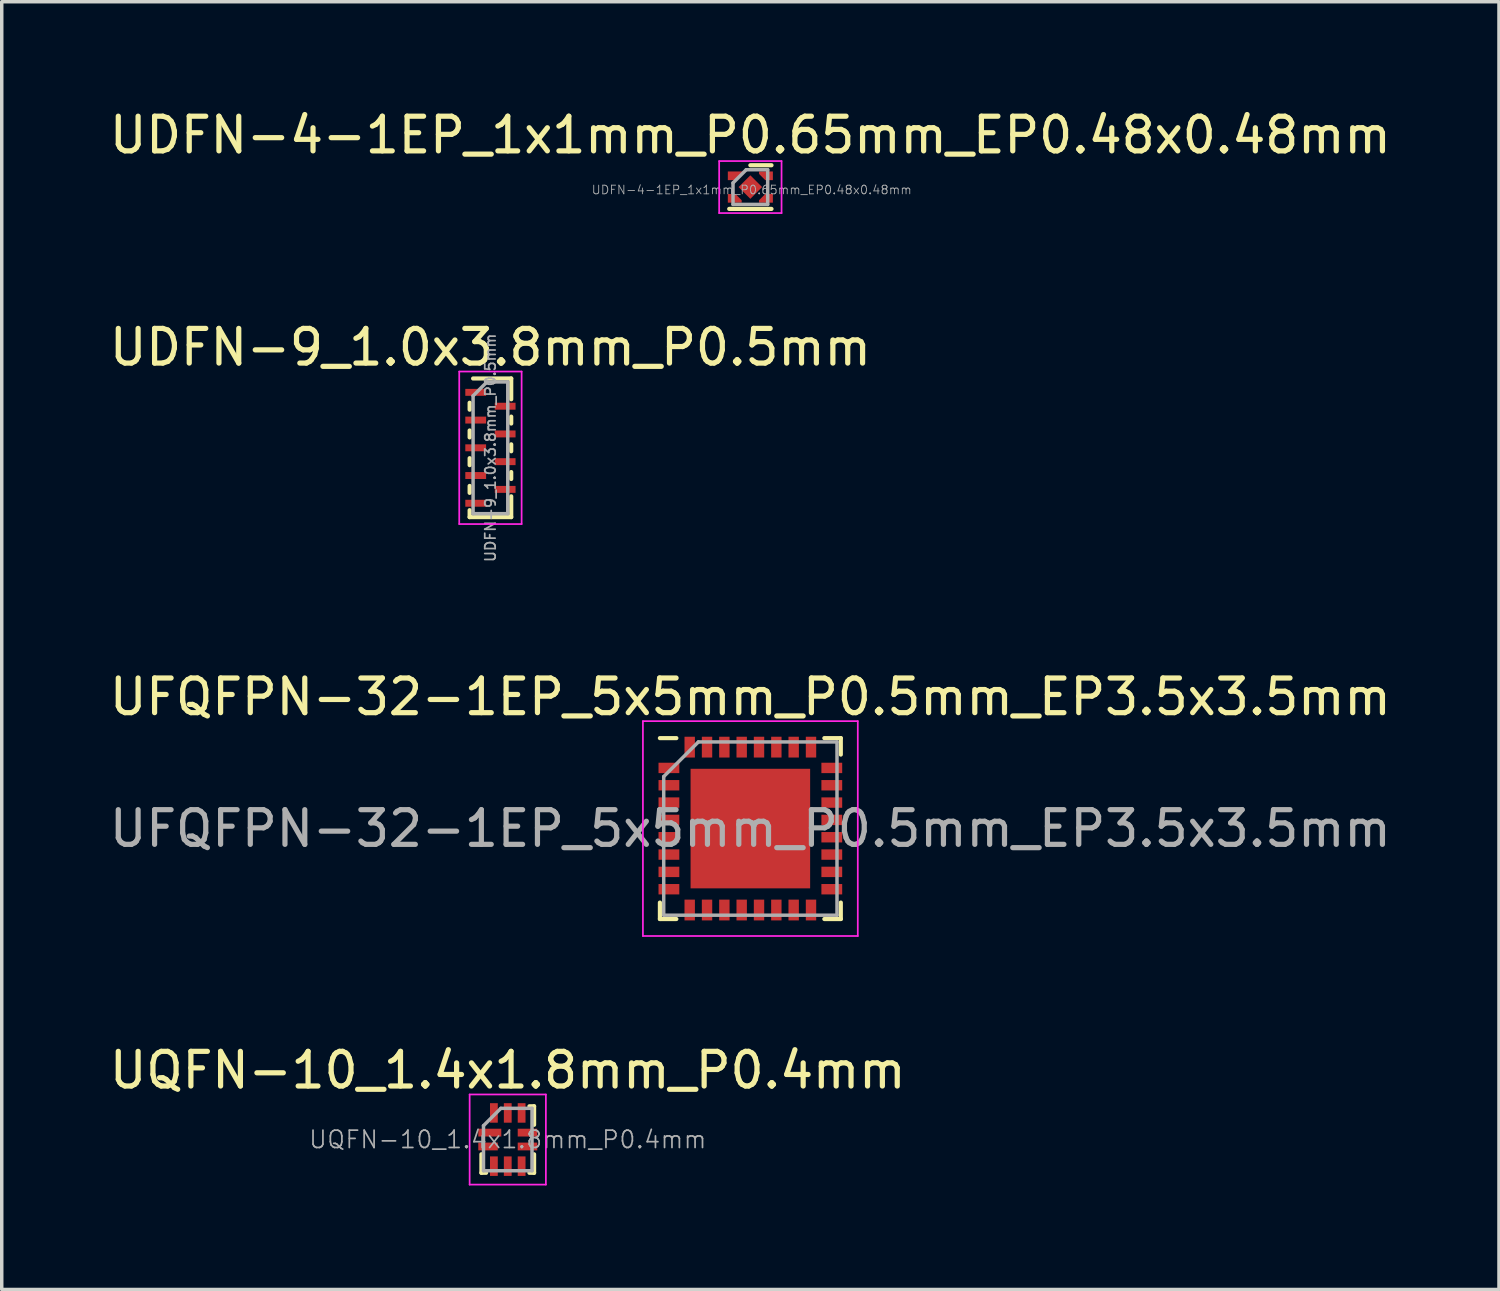
<source format=kicad_pcb>
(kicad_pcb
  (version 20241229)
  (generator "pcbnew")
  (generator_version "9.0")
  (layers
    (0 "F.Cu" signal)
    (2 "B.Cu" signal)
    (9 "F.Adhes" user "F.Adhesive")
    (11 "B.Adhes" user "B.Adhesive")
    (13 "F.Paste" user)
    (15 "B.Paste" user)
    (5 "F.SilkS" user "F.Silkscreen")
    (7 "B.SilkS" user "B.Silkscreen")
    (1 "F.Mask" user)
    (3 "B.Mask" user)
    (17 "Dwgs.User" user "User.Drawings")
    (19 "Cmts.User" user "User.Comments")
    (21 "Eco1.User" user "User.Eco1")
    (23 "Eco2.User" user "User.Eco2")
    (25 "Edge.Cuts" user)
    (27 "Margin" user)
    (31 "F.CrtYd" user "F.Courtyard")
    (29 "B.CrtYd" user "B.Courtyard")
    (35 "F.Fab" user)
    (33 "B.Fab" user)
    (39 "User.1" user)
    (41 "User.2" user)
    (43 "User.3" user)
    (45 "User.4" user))
  (footprint "UDFN-9_1.0x3.8mm_P0.5mm"
    (layer "F.Cu")
    (at 11.101 9.871)
    (property "Reference" "UDFN-9_1.0x3.8mm_P0.5mm" (at 0 -2.9 0) (layer "F.SilkS") (effects (font (size 1 1) (thickness 0.15))))
    (attr smd)
    (fp_line (start -0.6 -1.3) (end -0.6 -1.1) (stroke (width 0.12) (type solid)) (layer "F.SilkS"))
    (fp_line (start -0.6 -0.5) (end -0.6 -0.3) (stroke (width 0.12) (type solid)) (layer "F.SilkS"))
    (fp_line (start -0.6 0.3) (end -0.6 0.5) (stroke (width 0.12) (type solid)) (layer "F.SilkS"))
    (fp_line (start -0.6 1.1) (end -0.6 1.3) (stroke (width 0.12) (type solid)) (layer "F.SilkS"))
    (fp_line (start -0.6 2) (end -0.6 1.8) (stroke (width 0.12) (type solid)) (layer "F.SilkS"))
    (fp_line (start 0.6 -2) (end -0.5 -2) (stroke (width 0.12) (type solid)) (layer "F.SilkS"))
    (fp_line (start 0.6 -1.4) (end 0.6 -2) (stroke (width 0.12) (type solid)) (layer "F.SilkS"))
    (fp_line (start 0.6 -0.9) (end 0.6 -0.7) (stroke (width 0.12) (type solid)) (layer "F.SilkS"))
    (fp_line (start 0.6 -0.1) (end 0.6 0.1) (stroke (width 0.12) (type solid)) (layer "F.SilkS"))
    (fp_line (start 0.6 0.7) (end 0.6 0.9) (stroke (width 0.12) (type solid)) (layer "F.SilkS"))
    (fp_line (start 0.6 1.4) (end 0.6 2) (stroke (width 0.12) (type solid)) (layer "F.SilkS"))
    (fp_line (start 0.6 2) (end -0.6 2) (stroke (width 0.12) (type solid)) (layer "F.SilkS"))
    (fp_line (start -0.9 -2.2) (end -0.9 2.2) (stroke (width 0.05) (type solid)) (layer "F.CrtYd"))
    (fp_line (start -0.9 2.2) (end 0.9 2.2) (stroke (width 0.05) (type solid)) (layer "F.CrtYd"))
    (fp_line (start 0.9 -2.2) (end -0.9 -2.2) (stroke (width 0.05) (type solid)) (layer "F.CrtYd"))
    (fp_line (start 0.9 2.2) (end 0.9 -2.2) (stroke (width 0.05) (type solid)) (layer "F.CrtYd"))
    (fp_line (start -0.5 -1.5) (end -0.5 1.9) (stroke (width 0.1) (type solid)) (layer "F.Fab"))
    (fp_line (start -0.5 1.9) (end 0.5 1.9) (stroke (width 0.1) (type solid)) (layer "F.Fab"))
    (fp_line (start -0.1 -1.9) (end -0.5 -1.5) (stroke (width 0.1) (type solid)) (layer "F.Fab"))
    (fp_line (start 0.5 -1.9) (end -0.1 -1.9) (stroke (width 0.1) (type solid)) (layer "F.Fab"))
    (fp_line (start 0.5 1.9) (end 0.5 -1.9) (stroke (width 0.1) (type solid)) (layer "F.Fab"))
    (fp_text user "${REFERENCE}" (at 0 0 90) (layer "F.Fab") (effects (font (size 0.3 0.3) (thickness 0.05))))
    (pad "1" smd rect (at -0.425 -1.6) (size 0.6 0.2) (layers "F.Cu" "F.Mask" "F.Paste"))
    (pad "2" smd rect (at -0.425 -0.8) (size 0.6 0.2) (layers "F.Cu" "F.Mask" "F.Paste"))
    (pad "3" smd rect (at -0.425 0) (size 0.6 0.2) (layers "F.Cu" "F.Mask" "F.Paste"))
    (pad "4" smd rect (at -0.425 0.8) (size 0.6 0.2) (layers "F.Cu" "F.Mask" "F.Paste"))
    (pad "5" smd rect (at -0.425 1.6) (size 0.6 0.2) (layers "F.Cu" "F.Mask" "F.Paste"))
    (pad "6" smd rect (at 0.425 1.2) (size 0.6 0.2) (layers "F.Cu" "F.Mask" "F.Paste"))
    (pad "7" smd rect (at 0.425 0.4) (size 0.6 0.2) (layers "F.Cu" "F.Mask" "F.Paste"))
    (pad "8" smd rect (at 0.425 -0.4) (size 0.6 0.2) (layers "F.Cu" "F.Mask" "F.Paste"))
    (pad "9" smd rect (at 0.425 -1.2) (size 0.6 0.2) (layers "F.Cu" "F.Mask" "F.Paste")))
  (footprint "UQFN-10_1.4x1.8mm_P0.4mm"
    (layer "F.Cu")
    (at 11.601 29.831)
    (property "Reference" "UQFN-10_1.4x1.8mm_P0.4mm" (at 0 -2 0) (layer "F.SilkS") (effects (font (size 1 1) (thickness 0.15))))
    (attr smd)
    (fp_line (start -0.76 0.96) (end -0.76 0.425) (stroke (width 0.12) (type solid)) (layer "F.SilkS"))
    (fp_line (start -0.625 0.96) (end -0.76 0.96) (stroke (width 0.12) (type solid)) (layer "F.SilkS"))
    (fp_line (start 0.76 -0.96) (end 0.625 -0.96) (stroke (width 0.12) (type solid)) (layer "F.SilkS"))
    (fp_line (start 0.76 -0.425) (end 0.76 -0.96) (stroke (width 0.12) (type solid)) (layer "F.SilkS"))
    (fp_line (start 0.76 0.96) (end 0.625 0.96) (stroke (width 0.12) (type solid)) (layer "F.SilkS"))
    (fp_line (start 0.76 0.96) (end 0.76 0.425) (stroke (width 0.12) (type solid)) (layer "F.SilkS"))
    (fp_line (start -1.1 1.3) (end -1.1 -1.3) (stroke (width 0.05) (type solid)) (layer "F.CrtYd"))
    (fp_line (start -1.1 1.3) (end 1.1 1.3) (stroke (width 0.05) (type solid)) (layer "F.CrtYd"))
    (fp_line (start 1.1 -1.3) (end -1.1 -1.3) (stroke (width 0.05) (type solid)) (layer "F.CrtYd"))
    (fp_line (start 1.1 -1.3) (end 1.1 1.3) (stroke (width 0.05) (type solid)) (layer "F.CrtYd"))
    (fp_line (start -0.7 -0.4) (end -0.7 0.9) (stroke (width 0.1) (type solid)) (layer "F.Fab"))
    (fp_line (start -0.7 0.9) (end 0.7 0.9) (stroke (width 0.1) (type solid)) (layer "F.Fab"))
    (fp_line (start -0.2 -0.9) (end -0.7 -0.4) (stroke (width 0.1) (type solid)) (layer "F.Fab"))
    (fp_line (start -0.2 -0.9) (end 0.7 -0.9) (stroke (width 0.1) (type solid)) (layer "F.Fab"))
    (fp_line (start 0.7 -0.9) (end 0.7 0.9) (stroke (width 0.1) (type solid)) (layer "F.Fab"))
    (fp_text user "${REFERENCE}" (at 0 0 0) (layer "F.Fab") (effects (font (size 0.5 0.5) (thickness 0.05))))
    (pad "1" smd rect (at -0.518 -0.2) (size 0.663 0.225) (layers "F.Cu" "F.Mask" "F.Paste"))
    (pad "2" smd rect (at -0.4 -0.768) (size 0.225 0.563) (layers "F.Cu" "F.Mask" "F.Paste"))
    (pad "3" smd rect (at 0 -0.768) (size 0.225 0.563) (layers "F.Cu" "F.Mask" "F.Paste"))
    (pad "4" smd rect (at 0.4 -0.768) (size 0.225 0.563) (layers "F.Cu" "F.Mask" "F.Paste"))
    (pad "5" smd rect (at 0.569 -0.2) (size 0.563 0.225) (layers "F.Cu" "F.Mask" "F.Paste"))
    (pad "6" smd rect (at 0.569 0.2) (size 0.563 0.225) (layers "F.Cu" "F.Mask" "F.Paste"))
    (pad "7" smd rect (at 0.4 0.768) (size 0.225 0.563) (layers "F.Cu" "F.Mask" "F.Paste"))
    (pad "8" smd rect (at 0 0.768) (size 0.225 0.563) (layers "F.Cu" "F.Mask" "F.Paste"))
    (pad "9" smd rect (at -0.4 0.768) (size 0.225 0.563) (layers "F.Cu" "F.Mask" "F.Paste"))
    (pad "10" smd rect (at -0.569 0.2) (size 0.563 0.225) (layers "F.Cu" "F.Mask" "F.Paste")))
  (footprint "UFQFPN-32-1EP_5x5mm_P0.5mm_EP3.5x3.5mm"
    (layer "F.Cu")
    (at 18.601 20.858)
    (property "Reference" "UFQFPN-32-1EP_5x5mm_P0.5mm_EP3.5x3.5mm" (at 0 -3.8 0) (layer "F.SilkS") (effects (font (size 1 1) (thickness 0.15))))
    (attr smd)
    (fp_line (start -2.61 2.61) (end -2.61 2.135) (stroke (width 0.12) (type solid)) (layer "F.SilkS"))
    (fp_line (start -2.135 -2.61) (end -2.61 -2.61) (stroke (width 0.12) (type solid)) (layer "F.SilkS"))
    (fp_line (start -2.135 2.61) (end -2.61 2.61) (stroke (width 0.12) (type solid)) (layer "F.SilkS"))
    (fp_line (start 2.135 -2.61) (end 2.61 -2.61) (stroke (width 0.12) (type solid)) (layer "F.SilkS"))
    (fp_line (start 2.135 2.61) (end 2.61 2.61) (stroke (width 0.12) (type solid)) (layer "F.SilkS"))
    (fp_line (start 2.61 -2.61) (end 2.61 -2.135) (stroke (width 0.12) (type solid)) (layer "F.SilkS"))
    (fp_line (start 2.61 2.61) (end 2.61 2.135) (stroke (width 0.12) (type solid)) (layer "F.SilkS"))
    (fp_line (start -3.1 -3.1) (end -3.1 3.1) (stroke (width 0.05) (type solid)) (layer "F.CrtYd"))
    (fp_line (start -3.1 3.1) (end 3.1 3.1) (stroke (width 0.05) (type solid)) (layer "F.CrtYd"))
    (fp_line (start 3.1 -3.1) (end -3.1 -3.1) (stroke (width 0.05) (type solid)) (layer "F.CrtYd"))
    (fp_line (start 3.1 3.1) (end 3.1 -3.1) (stroke (width 0.05) (type solid)) (layer "F.CrtYd"))
    (fp_line (start -2.5 -1.5) (end -1.5 -2.5) (stroke (width 0.1) (type solid)) (layer "F.Fab"))
    (fp_line (start -2.5 2.5) (end -2.5 -1.5) (stroke (width 0.1) (type solid)) (layer "F.Fab"))
    (fp_line (start -1.5 -2.5) (end 2.5 -2.5) (stroke (width 0.1) (type solid)) (layer "F.Fab"))
    (fp_line (start 2.5 -2.5) (end 2.5 2.5) (stroke (width 0.1) (type solid)) (layer "F.Fab"))
    (fp_line (start 2.5 2.5) (end -2.5 2.5) (stroke (width 0.1) (type solid)) (layer "F.Fab"))
    (fp_text user "${REFERENCE}" (at 0 0 0) (layer "F.Fab") (effects (font (size 1 1) (thickness 0.15))))
    (pad "" smd roundrect (at -0.775 -0.775) (size 1.25 1.25) (layers "F.Paste") (roundrect_rratio 0.2))
    (pad "" smd roundrect (at -0.775 0.775) (size 1.25 1.25) (layers "F.Paste") (roundrect_rratio 0.2))
    (pad "" smd roundrect (at 0.775 -0.775) (size 1.25 1.25) (layers "F.Paste") (roundrect_rratio 0.2))
    (pad "" smd roundrect (at 0.775 0.775) (size 1.25 1.25) (layers "F.Paste") (roundrect_rratio 0.2))
    (pad "1" smd rect (at -2.35 -1.75) (size 0.6 0.3) (layers "F.Cu" "F.Mask" "F.Paste"))
    (pad "2" smd rect (at -2.35 -1.25) (size 0.6 0.3) (layers "F.Cu" "F.Mask" "F.Paste"))
    (pad "3" smd rect (at -2.35 -0.75) (size 0.6 0.3) (layers "F.Cu" "F.Mask" "F.Paste"))
    (pad "4" smd rect (at -2.35 -0.25) (size 0.6 0.3) (layers "F.Cu" "F.Mask" "F.Paste"))
    (pad "5" smd rect (at -2.35 0.25) (size 0.6 0.3) (layers "F.Cu" "F.Mask" "F.Paste"))
    (pad "6" smd rect (at -2.35 0.75) (size 0.6 0.3) (layers "F.Cu" "F.Mask" "F.Paste"))
    (pad "7" smd rect (at -2.35 1.25) (size 0.6 0.3) (layers "F.Cu" "F.Mask" "F.Paste"))
    (pad "8" smd rect (at -2.35 1.75) (size 0.6 0.3) (layers "F.Cu" "F.Mask" "F.Paste"))
    (pad "9" smd rect (at -1.75 2.35) (size 0.3 0.6) (layers "F.Cu" "F.Mask" "F.Paste"))
    (pad "10" smd rect (at -1.25 2.35) (size 0.3 0.6) (layers "F.Cu" "F.Mask" "F.Paste"))
    (pad "11" smd rect (at -0.75 2.35) (size 0.3 0.6) (layers "F.Cu" "F.Mask" "F.Paste"))
    (pad "12" smd rect (at -0.25 2.35) (size 0.3 0.6) (layers "F.Cu" "F.Mask" "F.Paste"))
    (pad "13" smd rect (at 0.25 2.35) (size 0.3 0.6) (layers "F.Cu" "F.Mask" "F.Paste"))
    (pad "14" smd rect (at 0.75 2.35) (size 0.3 0.6) (layers "F.Cu" "F.Mask" "F.Paste"))
    (pad "15" smd rect (at 1.25 2.35) (size 0.3 0.6) (layers "F.Cu" "F.Mask" "F.Paste"))
    (pad "16" smd rect (at 1.75 2.35) (size 0.3 0.6) (layers "F.Cu" "F.Mask" "F.Paste"))
    (pad "17" smd rect (at 2.35 1.75) (size 0.6 0.3) (layers "F.Cu" "F.Mask" "F.Paste"))
    (pad "18" smd rect (at 2.35 1.25) (size 0.6 0.3) (layers "F.Cu" "F.Mask" "F.Paste"))
    (pad "19" smd rect (at 2.35 0.75) (size 0.6 0.3) (layers "F.Cu" "F.Mask" "F.Paste"))
    (pad "20" smd rect (at 2.35 0.25) (size 0.6 0.3) (layers "F.Cu" "F.Mask" "F.Paste"))
    (pad "21" smd rect (at 2.35 -0.25) (size 0.6 0.3) (layers "F.Cu" "F.Mask" "F.Paste"))
    (pad "22" smd rect (at 2.35 -0.75) (size 0.6 0.3) (layers "F.Cu" "F.Mask" "F.Paste"))
    (pad "23" smd rect (at 2.35 -1.25) (size 0.6 0.3) (layers "F.Cu" "F.Mask" "F.Paste"))
    (pad "24" smd rect (at 2.35 -1.75) (size 0.6 0.3) (layers "F.Cu" "F.Mask" "F.Paste"))
    (pad "25" smd rect (at 1.75 -2.35) (size 0.3 0.6) (layers "F.Cu" "F.Mask" "F.Paste"))
    (pad "26" smd rect (at 1.25 -2.35) (size 0.3 0.6) (layers "F.Cu" "F.Mask" "F.Paste"))
    (pad "27" smd rect (at 0.75 -2.35) (size 0.3 0.6) (layers "F.Cu" "F.Mask" "F.Paste"))
    (pad "28" smd rect (at 0.25 -2.35) (size 0.3 0.6) (layers "F.Cu" "F.Mask" "F.Paste"))
    (pad "29" smd rect (at -0.25 -2.35) (size 0.3 0.6) (layers "F.Cu" "F.Mask" "F.Paste"))
    (pad "30" smd rect (at -0.75 -2.35) (size 0.3 0.6) (layers "F.Cu" "F.Mask" "F.Paste"))
    (pad "31" smd rect (at -1.25 -2.35) (size 0.3 0.6) (layers "F.Cu" "F.Mask" "F.Paste"))
    (pad "32" smd rect (at -1.75 -2.35) (size 0.3 0.6) (layers "F.Cu" "F.Mask" "F.Paste"))
    (pad "33" smd rect (at 0 0) (size 3.45 3.45) (layers "F.Cu" "F.Mask" "F.Paste")))
  (footprint "UDFN-4-1EP_1x1mm_P0.65mm_EP0.48x0.48mm"
    (layer "F.Cu")
    (at 18.601 2.348)
    (property "Reference" "UDFN-4-1EP_1x1mm_P0.65mm_EP0.48x0.48mm" (at 0 -1.5 0) (layer "F.SilkS") (effects (font (size 1 1) (thickness 0.15))))
    (attr smd)
    (fp_line (start 0.61 -0.63) (end 0 -0.63) (stroke (width 0.12) (type solid)) (layer "F.SilkS"))
    (fp_line (start 0.61 0.63) (end -0.61 0.63) (stroke (width 0.12) (type solid)) (layer "F.SilkS"))
    (fp_line (start -0.9 -0.75) (end 0.9 -0.75) (stroke (width 0.05) (type solid)) (layer "F.CrtYd"))
    (fp_line (start -0.9 0.75) (end -0.9 -0.75) (stroke (width 0.05) (type solid)) (layer "F.CrtYd"))
    (fp_line (start 0.9 -0.75) (end 0.9 0.75) (stroke (width 0.05) (type solid)) (layer "F.CrtYd"))
    (fp_line (start 0.9 0.75) (end -0.9 0.75) (stroke (width 0.05) (type solid)) (layer "F.CrtYd"))
    (fp_line (start -0.5 0.5) (end -0.5 -0.12) (stroke (width 0.1) (type solid)) (layer "F.Fab"))
    (fp_line (start -0.12 -0.5) (end -0.5 -0.12) (stroke (width 0.1) (type solid)) (layer "F.Fab"))
    (fp_line (start -0.12 -0.5) (end 0.5 -0.5) (stroke (width 0.1) (type solid)) (layer "F.Fab"))
    (fp_line (start 0.5 -0.5) (end 0.5 0.5) (stroke (width 0.1) (type solid)) (layer "F.Fab"))
    (fp_line (start 0.5 0.5) (end -0.5 0.5) (stroke (width 0.1) (type solid)) (layer "F.Fab"))
    (fp_text user "${REFERENCE}" (at 0.04 0.08 0) (layer "F.Fab") (effects (font (size 0.25 0.25) (thickness 0.025))))
    (pad "1" smd custom (at -0.54 -0.325) (size 0.22 0.25) (layers "F.Cu" "F.Mask" "F.Paste") (options (anchor rect)) (primitives (gr_poly (pts (xy 0.11 -0.125) (xy 0.36 -0.125) (xy 0.11 0.125)) (width 0) (fill yes))))
    (pad "2" smd custom (at -0.54 0.325) (size 0.22 0.25) (layers "F.Cu" "F.Mask" "F.Paste") (options (anchor rect)) (primitives (gr_poly (pts (xy 0.11 0.125) (xy 0.29 0.125) (xy 0.29 0.055) (xy 0.11 -0.125)) (width 0) (fill yes))))
    (pad "3" smd custom (at 0.54 0.325) (size 0.22 0.25) (layers "F.Cu" "F.Mask" "F.Paste") (options (anchor rect)) (primitives (gr_poly (pts (xy -0.11 0.125) (xy -0.29 0.125) (xy -0.29 0.055) (xy -0.11 -0.125)) (width 0) (fill yes))))
    (pad "4" smd custom (at 0.54 -0.325) (size 0.22 0.25) (layers "F.Cu" "F.Mask" "F.Paste") (options (anchor rect)) (primitives (gr_poly (pts (xy -0.11 -0.125) (xy -0.29 -0.125) (xy -0.29 -0.055) (xy -0.11 0.125)) (width 0) (fill yes))))
    (pad "5" smd rect (at 0 0 45) (size 0.48 0.48) (layers "F.Cu" "F.Mask" "F.Paste")))
  (gr_rect
    (start -3 -3)
    (end 40.202 34.156)
    (stroke (width 0.1) (type default))
    (fill no)
    (layer "Edge.Cuts")))
</source>
